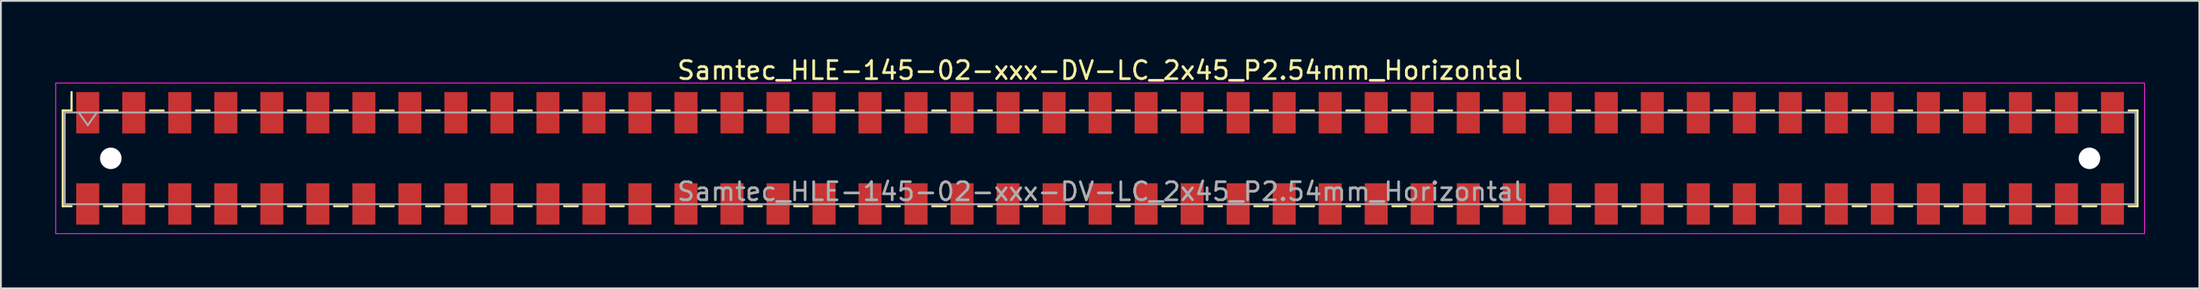
<source format=kicad_pcb>
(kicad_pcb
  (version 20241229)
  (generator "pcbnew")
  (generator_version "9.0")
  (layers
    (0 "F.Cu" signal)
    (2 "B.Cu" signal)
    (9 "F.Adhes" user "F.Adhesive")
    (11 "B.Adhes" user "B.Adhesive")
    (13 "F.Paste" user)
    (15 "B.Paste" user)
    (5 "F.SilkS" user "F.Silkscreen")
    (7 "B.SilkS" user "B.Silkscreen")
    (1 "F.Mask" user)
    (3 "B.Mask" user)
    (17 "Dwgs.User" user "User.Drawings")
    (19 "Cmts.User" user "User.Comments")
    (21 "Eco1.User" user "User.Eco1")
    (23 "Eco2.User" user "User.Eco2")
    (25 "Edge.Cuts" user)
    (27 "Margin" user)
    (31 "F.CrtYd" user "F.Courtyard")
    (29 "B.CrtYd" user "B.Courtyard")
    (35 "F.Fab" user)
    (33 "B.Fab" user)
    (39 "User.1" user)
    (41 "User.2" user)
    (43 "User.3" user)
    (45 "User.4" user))
  (footprint "Samtec_HLE-145-02-xxx-DV-LC_2x45_P2.54mm_Horizontal"
    (layer "F.Cu")
    (at 57.675 5.718)
    (property "Reference" "Samtec_HLE-145-02-xxx-DV-LC_2x45_P2.54mm_Horizontal" (at 0 -4.87 0) (layer "F.SilkS") (effects (font (size 1 1) (thickness 0.15))))
    (attr smd)
    (fp_line (start -57.26 -2.65) (end -57.26 2.65) (stroke (width 0.12) (type solid)) (layer "F.SilkS"))
    (fp_line (start -57.26 2.65) (end -56.775 2.65) (stroke (width 0.12) (type solid)) (layer "F.SilkS"))
    (fp_line (start -56.775 -3.67) (end -56.775 -2.65) (stroke (width 0.12) (type solid)) (layer "F.SilkS"))
    (fp_line (start -56.775 -2.65) (end -57.26 -2.65) (stroke (width 0.12) (type solid)) (layer "F.SilkS"))
    (fp_line (start -54.985 -2.65) (end -54.235 -2.65) (stroke (width 0.12) (type solid)) (layer "F.SilkS"))
    (fp_line (start -54.985 2.65) (end -54.235 2.65) (stroke (width 0.12) (type solid)) (layer "F.SilkS"))
    (fp_line (start -52.445 -2.65) (end -51.695 -2.65) (stroke (width 0.12) (type solid)) (layer "F.SilkS"))
    (fp_line (start -52.445 2.65) (end -51.695 2.65) (stroke (width 0.12) (type solid)) (layer "F.SilkS"))
    (fp_line (start -49.905 -2.65) (end -49.155 -2.65) (stroke (width 0.12) (type solid)) (layer "F.SilkS"))
    (fp_line (start -49.905 2.65) (end -49.155 2.65) (stroke (width 0.12) (type solid)) (layer "F.SilkS"))
    (fp_line (start -47.365 -2.65) (end -46.615 -2.65) (stroke (width 0.12) (type solid)) (layer "F.SilkS"))
    (fp_line (start -47.365 2.65) (end -46.615 2.65) (stroke (width 0.12) (type solid)) (layer "F.SilkS"))
    (fp_line (start -44.825 -2.65) (end -44.075 -2.65) (stroke (width 0.12) (type solid)) (layer "F.SilkS"))
    (fp_line (start -44.825 2.65) (end -44.075 2.65) (stroke (width 0.12) (type solid)) (layer "F.SilkS"))
    (fp_line (start -42.285 -2.65) (end -41.535 -2.65) (stroke (width 0.12) (type solid)) (layer "F.SilkS"))
    (fp_line (start -42.285 2.65) (end -41.535 2.65) (stroke (width 0.12) (type solid)) (layer "F.SilkS"))
    (fp_line (start -39.745 -2.65) (end -38.995 -2.65) (stroke (width 0.12) (type solid)) (layer "F.SilkS"))
    (fp_line (start -39.745 2.65) (end -38.995 2.65) (stroke (width 0.12) (type solid)) (layer "F.SilkS"))
    (fp_line (start -37.205 -2.65) (end -36.455 -2.65) (stroke (width 0.12) (type solid)) (layer "F.SilkS"))
    (fp_line (start -37.205 2.65) (end -36.455 2.65) (stroke (width 0.12) (type solid)) (layer "F.SilkS"))
    (fp_line (start -34.665 -2.65) (end -33.915 -2.65) (stroke (width 0.12) (type solid)) (layer "F.SilkS"))
    (fp_line (start -34.665 2.65) (end -33.915 2.65) (stroke (width 0.12) (type solid)) (layer "F.SilkS"))
    (fp_line (start -32.125 -2.65) (end -31.375 -2.65) (stroke (width 0.12) (type solid)) (layer "F.SilkS"))
    (fp_line (start -32.125 2.65) (end -31.375 2.65) (stroke (width 0.12) (type solid)) (layer "F.SilkS"))
    (fp_line (start -29.585 -2.65) (end -28.835 -2.65) (stroke (width 0.12) (type solid)) (layer "F.SilkS"))
    (fp_line (start -29.585 2.65) (end -28.835 2.65) (stroke (width 0.12) (type solid)) (layer "F.SilkS"))
    (fp_line (start -27.045 -2.65) (end -26.295 -2.65) (stroke (width 0.12) (type solid)) (layer "F.SilkS"))
    (fp_line (start -27.045 2.65) (end -26.295 2.65) (stroke (width 0.12) (type solid)) (layer "F.SilkS"))
    (fp_line (start -24.505 -2.65) (end -23.755 -2.65) (stroke (width 0.12) (type solid)) (layer "F.SilkS"))
    (fp_line (start -24.505 2.65) (end -23.755 2.65) (stroke (width 0.12) (type solid)) (layer "F.SilkS"))
    (fp_line (start -21.965 -2.65) (end -21.215 -2.65) (stroke (width 0.12) (type solid)) (layer "F.SilkS"))
    (fp_line (start -21.965 2.65) (end -21.215 2.65) (stroke (width 0.12) (type solid)) (layer "F.SilkS"))
    (fp_line (start -19.425 -2.65) (end -18.675 -2.65) (stroke (width 0.12) (type solid)) (layer "F.SilkS"))
    (fp_line (start -19.425 2.65) (end -18.675 2.65) (stroke (width 0.12) (type solid)) (layer "F.SilkS"))
    (fp_line (start -16.885 -2.65) (end -16.135 -2.65) (stroke (width 0.12) (type solid)) (layer "F.SilkS"))
    (fp_line (start -16.885 2.65) (end -16.135 2.65) (stroke (width 0.12) (type solid)) (layer "F.SilkS"))
    (fp_line (start -14.345 -2.65) (end -13.595 -2.65) (stroke (width 0.12) (type solid)) (layer "F.SilkS"))
    (fp_line (start -14.345 2.65) (end -13.595 2.65) (stroke (width 0.12) (type solid)) (layer "F.SilkS"))
    (fp_line (start -11.805 -2.65) (end -11.055 -2.65) (stroke (width 0.12) (type solid)) (layer "F.SilkS"))
    (fp_line (start -11.805 2.65) (end -11.055 2.65) (stroke (width 0.12) (type solid)) (layer "F.SilkS"))
    (fp_line (start -9.265 -2.65) (end -8.515 -2.65) (stroke (width 0.12) (type solid)) (layer "F.SilkS"))
    (fp_line (start -9.265 2.65) (end -8.515 2.65) (stroke (width 0.12) (type solid)) (layer "F.SilkS"))
    (fp_line (start -6.725 -2.65) (end -5.975 -2.65) (stroke (width 0.12) (type solid)) (layer "F.SilkS"))
    (fp_line (start -6.725 2.65) (end -5.975 2.65) (stroke (width 0.12) (type solid)) (layer "F.SilkS"))
    (fp_line (start -4.185 -2.65) (end -3.435 -2.65) (stroke (width 0.12) (type solid)) (layer "F.SilkS"))
    (fp_line (start -4.185 2.65) (end -3.435 2.65) (stroke (width 0.12) (type solid)) (layer "F.SilkS"))
    (fp_line (start -1.645 -2.65) (end -0.895 -2.65) (stroke (width 0.12) (type solid)) (layer "F.SilkS"))
    (fp_line (start -1.645 2.65) (end -0.895 2.65) (stroke (width 0.12) (type solid)) (layer "F.SilkS"))
    (fp_line (start 0.895 -2.65) (end 1.645 -2.65) (stroke (width 0.12) (type solid)) (layer "F.SilkS"))
    (fp_line (start 0.895 2.65) (end 1.645 2.65) (stroke (width 0.12) (type solid)) (layer "F.SilkS"))
    (fp_line (start 3.435 -2.65) (end 4.185 -2.65) (stroke (width 0.12) (type solid)) (layer "F.SilkS"))
    (fp_line (start 3.435 2.65) (end 4.185 2.65) (stroke (width 0.12) (type solid)) (layer "F.SilkS"))
    (fp_line (start 5.975 -2.65) (end 6.725 -2.65) (stroke (width 0.12) (type solid)) (layer "F.SilkS"))
    (fp_line (start 5.975 2.65) (end 6.725 2.65) (stroke (width 0.12) (type solid)) (layer "F.SilkS"))
    (fp_line (start 8.515 -2.65) (end 9.265 -2.65) (stroke (width 0.12) (type solid)) (layer "F.SilkS"))
    (fp_line (start 8.515 2.65) (end 9.265 2.65) (stroke (width 0.12) (type solid)) (layer "F.SilkS"))
    (fp_line (start 11.055 -2.65) (end 11.805 -2.65) (stroke (width 0.12) (type solid)) (layer "F.SilkS"))
    (fp_line (start 11.055 2.65) (end 11.805 2.65) (stroke (width 0.12) (type solid)) (layer "F.SilkS"))
    (fp_line (start 13.595 -2.65) (end 14.345 -2.65) (stroke (width 0.12) (type solid)) (layer "F.SilkS"))
    (fp_line (start 13.595 2.65) (end 14.345 2.65) (stroke (width 0.12) (type solid)) (layer "F.SilkS"))
    (fp_line (start 16.135 -2.65) (end 16.885 -2.65) (stroke (width 0.12) (type solid)) (layer "F.SilkS"))
    (fp_line (start 16.135 2.65) (end 16.885 2.65) (stroke (width 0.12) (type solid)) (layer "F.SilkS"))
    (fp_line (start 18.675 -2.65) (end 19.425 -2.65) (stroke (width 0.12) (type solid)) (layer "F.SilkS"))
    (fp_line (start 18.675 2.65) (end 19.425 2.65) (stroke (width 0.12) (type solid)) (layer "F.SilkS"))
    (fp_line (start 21.215 -2.65) (end 21.965 -2.65) (stroke (width 0.12) (type solid)) (layer "F.SilkS"))
    (fp_line (start 21.215 2.65) (end 21.965 2.65) (stroke (width 0.12) (type solid)) (layer "F.SilkS"))
    (fp_line (start 23.755 -2.65) (end 24.505 -2.65) (stroke (width 0.12) (type solid)) (layer "F.SilkS"))
    (fp_line (start 23.755 2.65) (end 24.505 2.65) (stroke (width 0.12) (type solid)) (layer "F.SilkS"))
    (fp_line (start 26.295 -2.65) (end 27.045 -2.65) (stroke (width 0.12) (type solid)) (layer "F.SilkS"))
    (fp_line (start 26.295 2.65) (end 27.045 2.65) (stroke (width 0.12) (type solid)) (layer "F.SilkS"))
    (fp_line (start 28.835 -2.65) (end 29.585 -2.65) (stroke (width 0.12) (type solid)) (layer "F.SilkS"))
    (fp_line (start 28.835 2.65) (end 29.585 2.65) (stroke (width 0.12) (type solid)) (layer "F.SilkS"))
    (fp_line (start 31.375 -2.65) (end 32.125 -2.65) (stroke (width 0.12) (type solid)) (layer "F.SilkS"))
    (fp_line (start 31.375 2.65) (end 32.125 2.65) (stroke (width 0.12) (type solid)) (layer "F.SilkS"))
    (fp_line (start 33.915 -2.65) (end 34.665 -2.65) (stroke (width 0.12) (type solid)) (layer "F.SilkS"))
    (fp_line (start 33.915 2.65) (end 34.665 2.65) (stroke (width 0.12) (type solid)) (layer "F.SilkS"))
    (fp_line (start 36.455 -2.65) (end 37.205 -2.65) (stroke (width 0.12) (type solid)) (layer "F.SilkS"))
    (fp_line (start 36.455 2.65) (end 37.205 2.65) (stroke (width 0.12) (type solid)) (layer "F.SilkS"))
    (fp_line (start 38.995 -2.65) (end 39.745 -2.65) (stroke (width 0.12) (type solid)) (layer "F.SilkS"))
    (fp_line (start 38.995 2.65) (end 39.745 2.65) (stroke (width 0.12) (type solid)) (layer "F.SilkS"))
    (fp_line (start 41.535 -2.65) (end 42.285 -2.65) (stroke (width 0.12) (type solid)) (layer "F.SilkS"))
    (fp_line (start 41.535 2.65) (end 42.285 2.65) (stroke (width 0.12) (type solid)) (layer "F.SilkS"))
    (fp_line (start 44.075 -2.65) (end 44.825 -2.65) (stroke (width 0.12) (type solid)) (layer "F.SilkS"))
    (fp_line (start 44.075 2.65) (end 44.825 2.65) (stroke (width 0.12) (type solid)) (layer "F.SilkS"))
    (fp_line (start 46.615 -2.65) (end 47.365 -2.65) (stroke (width 0.12) (type solid)) (layer "F.SilkS"))
    (fp_line (start 46.615 2.65) (end 47.365 2.65) (stroke (width 0.12) (type solid)) (layer "F.SilkS"))
    (fp_line (start 49.155 -2.65) (end 49.905 -2.65) (stroke (width 0.12) (type solid)) (layer "F.SilkS"))
    (fp_line (start 49.155 2.65) (end 49.905 2.65) (stroke (width 0.12) (type solid)) (layer "F.SilkS"))
    (fp_line (start 51.695 -2.65) (end 52.445 -2.65) (stroke (width 0.12) (type solid)) (layer "F.SilkS"))
    (fp_line (start 51.695 2.65) (end 52.445 2.65) (stroke (width 0.12) (type solid)) (layer "F.SilkS"))
    (fp_line (start 54.235 -2.65) (end 54.985 -2.65) (stroke (width 0.12) (type solid)) (layer "F.SilkS"))
    (fp_line (start 54.235 2.65) (end 54.985 2.65) (stroke (width 0.12) (type solid)) (layer "F.SilkS"))
    (fp_line (start 56.775 -2.65) (end 57.26 -2.65) (stroke (width 0.12) (type solid)) (layer "F.SilkS"))
    (fp_line (start 57.26 -2.65) (end 57.26 2.65) (stroke (width 0.12) (type solid)) (layer "F.SilkS"))
    (fp_line (start 57.26 2.65) (end 56.775 2.65) (stroke (width 0.12) (type solid)) (layer "F.SilkS"))
    (fp_line (start -57.65 -4.17) (end 57.65 -4.17) (stroke (width 0.05) (type solid)) (layer "F.CrtYd"))
    (fp_line (start -57.65 4.17) (end -57.65 -4.17) (stroke (width 0.05) (type solid)) (layer "F.CrtYd"))
    (fp_line (start 57.65 -4.17) (end 57.65 4.17) (stroke (width 0.05) (type solid)) (layer "F.CrtYd"))
    (fp_line (start 57.65 4.17) (end -57.65 4.17) (stroke (width 0.05) (type solid)) (layer "F.CrtYd"))
    (fp_line (start -57.15 -2.54) (end 57.15 -2.54) (stroke (width 0.1) (type solid)) (layer "F.Fab"))
    (fp_line (start -57.15 2.54) (end -57.15 -2.54) (stroke (width 0.1) (type solid)) (layer "F.Fab"))
    (fp_line (start -56.38 -2.54) (end -55.88 -1.833) (stroke (width 0.1) (type solid)) (layer "F.Fab"))
    (fp_line (start -55.88 -1.833) (end -55.38 -2.54) (stroke (width 0.1) (type solid)) (layer "F.Fab"))
    (fp_line (start 57.15 -2.54) (end 57.15 2.54) (stroke (width 0.1) (type solid)) (layer "F.Fab"))
    (fp_line (start 57.15 2.54) (end -57.15 2.54) (stroke (width 0.1) (type solid)) (layer "F.Fab"))
    (fp_text user "${REFERENCE}" (at 0 1.84 0) (layer "F.Fab") (effects (font (size 1 1) (thickness 0.15))))
    (pad "" np_thru_hole circle (at -54.61 0) (size 1.19 1.19) (drill 1.19) (layers "*.Cu" "*.Mask"))
    (pad "" np_thru_hole circle (at 54.61 0) (size 1.19 1.19) (drill 1.19) (layers "*.Cu" "*.Mask"))
    (pad "1" smd rect (at -55.88 -2.525) (size 1.27 2.29) (layers "F.Cu" "F.Mask" "F.Paste"))
    (pad "2" smd rect (at -55.88 2.525) (size 1.27 2.29) (layers "F.Cu" "F.Mask" "F.Paste"))
    (pad "3" smd rect (at -53.34 -2.525) (size 1.27 2.29) (layers "F.Cu" "F.Mask" "F.Paste"))
    (pad "4" smd rect (at -53.34 2.525) (size 1.27 2.29) (layers "F.Cu" "F.Mask" "F.Paste"))
    (pad "5" smd rect (at -50.8 -2.525) (size 1.27 2.29) (layers "F.Cu" "F.Mask" "F.Paste"))
    (pad "6" smd rect (at -50.8 2.525) (size 1.27 2.29) (layers "F.Cu" "F.Mask" "F.Paste"))
    (pad "7" smd rect (at -48.26 -2.525) (size 1.27 2.29) (layers "F.Cu" "F.Mask" "F.Paste"))
    (pad "8" smd rect (at -48.26 2.525) (size 1.27 2.29) (layers "F.Cu" "F.Mask" "F.Paste"))
    (pad "9" smd rect (at -45.72 -2.525) (size 1.27 2.29) (layers "F.Cu" "F.Mask" "F.Paste"))
    (pad "10" smd rect (at -45.72 2.525) (size 1.27 2.29) (layers "F.Cu" "F.Mask" "F.Paste"))
    (pad "11" smd rect (at -43.18 -2.525) (size 1.27 2.29) (layers "F.Cu" "F.Mask" "F.Paste"))
    (pad "12" smd rect (at -43.18 2.525) (size 1.27 2.29) (layers "F.Cu" "F.Mask" "F.Paste"))
    (pad "13" smd rect (at -40.64 -2.525) (size 1.27 2.29) (layers "F.Cu" "F.Mask" "F.Paste"))
    (pad "14" smd rect (at -40.64 2.525) (size 1.27 2.29) (layers "F.Cu" "F.Mask" "F.Paste"))
    (pad "15" smd rect (at -38.1 -2.525) (size 1.27 2.29) (layers "F.Cu" "F.Mask" "F.Paste"))
    (pad "16" smd rect (at -38.1 2.525) (size 1.27 2.29) (layers "F.Cu" "F.Mask" "F.Paste"))
    (pad "17" smd rect (at -35.56 -2.525) (size 1.27 2.29) (layers "F.Cu" "F.Mask" "F.Paste"))
    (pad "18" smd rect (at -35.56 2.525) (size 1.27 2.29) (layers "F.Cu" "F.Mask" "F.Paste"))
    (pad "19" smd rect (at -33.02 -2.525) (size 1.27 2.29) (layers "F.Cu" "F.Mask" "F.Paste"))
    (pad "20" smd rect (at -33.02 2.525) (size 1.27 2.29) (layers "F.Cu" "F.Mask" "F.Paste"))
    (pad "21" smd rect (at -30.48 -2.525) (size 1.27 2.29) (layers "F.Cu" "F.Mask" "F.Paste"))
    (pad "22" smd rect (at -30.48 2.525) (size 1.27 2.29) (layers "F.Cu" "F.Mask" "F.Paste"))
    (pad "23" smd rect (at -27.94 -2.525) (size 1.27 2.29) (layers "F.Cu" "F.Mask" "F.Paste"))
    (pad "24" smd rect (at -27.94 2.525) (size 1.27 2.29) (layers "F.Cu" "F.Mask" "F.Paste"))
    (pad "25" smd rect (at -25.4 -2.525) (size 1.27 2.29) (layers "F.Cu" "F.Mask" "F.Paste"))
    (pad "26" smd rect (at -25.4 2.525) (size 1.27 2.29) (layers "F.Cu" "F.Mask" "F.Paste"))
    (pad "27" smd rect (at -22.86 -2.525) (size 1.27 2.29) (layers "F.Cu" "F.Mask" "F.Paste"))
    (pad "28" smd rect (at -22.86 2.525) (size 1.27 2.29) (layers "F.Cu" "F.Mask" "F.Paste"))
    (pad "29" smd rect (at -20.32 -2.525) (size 1.27 2.29) (layers "F.Cu" "F.Mask" "F.Paste"))
    (pad "30" smd rect (at -20.32 2.525) (size 1.27 2.29) (layers "F.Cu" "F.Mask" "F.Paste"))
    (pad "31" smd rect (at -17.78 -2.525) (size 1.27 2.29) (layers "F.Cu" "F.Mask" "F.Paste"))
    (pad "32" smd rect (at -17.78 2.525) (size 1.27 2.29) (layers "F.Cu" "F.Mask" "F.Paste"))
    (pad "33" smd rect (at -15.24 -2.525) (size 1.27 2.29) (layers "F.Cu" "F.Mask" "F.Paste"))
    (pad "34" smd rect (at -15.24 2.525) (size 1.27 2.29) (layers "F.Cu" "F.Mask" "F.Paste"))
    (pad "35" smd rect (at -12.7 -2.525) (size 1.27 2.29) (layers "F.Cu" "F.Mask" "F.Paste"))
    (pad "36" smd rect (at -12.7 2.525) (size 1.27 2.29) (layers "F.Cu" "F.Mask" "F.Paste"))
    (pad "37" smd rect (at -10.16 -2.525) (size 1.27 2.29) (layers "F.Cu" "F.Mask" "F.Paste"))
    (pad "38" smd rect (at -10.16 2.525) (size 1.27 2.29) (layers "F.Cu" "F.Mask" "F.Paste"))
    (pad "39" smd rect (at -7.62 -2.525) (size 1.27 2.29) (layers "F.Cu" "F.Mask" "F.Paste"))
    (pad "40" smd rect (at -7.62 2.525) (size 1.27 2.29) (layers "F.Cu" "F.Mask" "F.Paste"))
    (pad "41" smd rect (at -5.08 -2.525) (size 1.27 2.29) (layers "F.Cu" "F.Mask" "F.Paste"))
    (pad "42" smd rect (at -5.08 2.525) (size 1.27 2.29) (layers "F.Cu" "F.Mask" "F.Paste"))
    (pad "43" smd rect (at -2.54 -2.525) (size 1.27 2.29) (layers "F.Cu" "F.Mask" "F.Paste"))
    (pad "44" smd rect (at -2.54 2.525) (size 1.27 2.29) (layers "F.Cu" "F.Mask" "F.Paste"))
    (pad "45" smd rect (at 0 -2.525) (size 1.27 2.29) (layers "F.Cu" "F.Mask" "F.Paste"))
    (pad "46" smd rect (at 0 2.525) (size 1.27 2.29) (layers "F.Cu" "F.Mask" "F.Paste"))
    (pad "47" smd rect (at 2.54 -2.525) (size 1.27 2.29) (layers "F.Cu" "F.Mask" "F.Paste"))
    (pad "48" smd rect (at 2.54 2.525) (size 1.27 2.29) (layers "F.Cu" "F.Mask" "F.Paste"))
    (pad "49" smd rect (at 5.08 -2.525) (size 1.27 2.29) (layers "F.Cu" "F.Mask" "F.Paste"))
    (pad "50" smd rect (at 5.08 2.525) (size 1.27 2.29) (layers "F.Cu" "F.Mask" "F.Paste"))
    (pad "51" smd rect (at 7.62 -2.525) (size 1.27 2.29) (layers "F.Cu" "F.Mask" "F.Paste"))
    (pad "52" smd rect (at 7.62 2.525) (size 1.27 2.29) (layers "F.Cu" "F.Mask" "F.Paste"))
    (pad "53" smd rect (at 10.16 -2.525) (size 1.27 2.29) (layers "F.Cu" "F.Mask" "F.Paste"))
    (pad "54" smd rect (at 10.16 2.525) (size 1.27 2.29) (layers "F.Cu" "F.Mask" "F.Paste"))
    (pad "55" smd rect (at 12.7 -2.525) (size 1.27 2.29) (layers "F.Cu" "F.Mask" "F.Paste"))
    (pad "56" smd rect (at 12.7 2.525) (size 1.27 2.29) (layers "F.Cu" "F.Mask" "F.Paste"))
    (pad "57" smd rect (at 15.24 -2.525) (size 1.27 2.29) (layers "F.Cu" "F.Mask" "F.Paste"))
    (pad "58" smd rect (at 15.24 2.525) (size 1.27 2.29) (layers "F.Cu" "F.Mask" "F.Paste"))
    (pad "59" smd rect (at 17.78 -2.525) (size 1.27 2.29) (layers "F.Cu" "F.Mask" "F.Paste"))
    (pad "60" smd rect (at 17.78 2.525) (size 1.27 2.29) (layers "F.Cu" "F.Mask" "F.Paste"))
    (pad "61" smd rect (at 20.32 -2.525) (size 1.27 2.29) (layers "F.Cu" "F.Mask" "F.Paste"))
    (pad "62" smd rect (at 20.32 2.525) (size 1.27 2.29) (layers "F.Cu" "F.Mask" "F.Paste"))
    (pad "63" smd rect (at 22.86 -2.525) (size 1.27 2.29) (layers "F.Cu" "F.Mask" "F.Paste"))
    (pad "64" smd rect (at 22.86 2.525) (size 1.27 2.29) (layers "F.Cu" "F.Mask" "F.Paste"))
    (pad "65" smd rect (at 25.4 -2.525) (size 1.27 2.29) (layers "F.Cu" "F.Mask" "F.Paste"))
    (pad "66" smd rect (at 25.4 2.525) (size 1.27 2.29) (layers "F.Cu" "F.Mask" "F.Paste"))
    (pad "67" smd rect (at 27.94 -2.525) (size 1.27 2.29) (layers "F.Cu" "F.Mask" "F.Paste"))
    (pad "68" smd rect (at 27.94 2.525) (size 1.27 2.29) (layers "F.Cu" "F.Mask" "F.Paste"))
    (pad "69" smd rect (at 30.48 -2.525) (size 1.27 2.29) (layers "F.Cu" "F.Mask" "F.Paste"))
    (pad "70" smd rect (at 30.48 2.525) (size 1.27 2.29) (layers "F.Cu" "F.Mask" "F.Paste"))
    (pad "71" smd rect (at 33.02 -2.525) (size 1.27 2.29) (layers "F.Cu" "F.Mask" "F.Paste"))
    (pad "72" smd rect (at 33.02 2.525) (size 1.27 2.29) (layers "F.Cu" "F.Mask" "F.Paste"))
    (pad "73" smd rect (at 35.56 -2.525) (size 1.27 2.29) (layers "F.Cu" "F.Mask" "F.Paste"))
    (pad "74" smd rect (at 35.56 2.525) (size 1.27 2.29) (layers "F.Cu" "F.Mask" "F.Paste"))
    (pad "75" smd rect (at 38.1 -2.525) (size 1.27 2.29) (layers "F.Cu" "F.Mask" "F.Paste"))
    (pad "76" smd rect (at 38.1 2.525) (size 1.27 2.29) (layers "F.Cu" "F.Mask" "F.Paste"))
    (pad "77" smd rect (at 40.64 -2.525) (size 1.27 2.29) (layers "F.Cu" "F.Mask" "F.Paste"))
    (pad "78" smd rect (at 40.64 2.525) (size 1.27 2.29) (layers "F.Cu" "F.Mask" "F.Paste"))
    (pad "79" smd rect (at 43.18 -2.525) (size 1.27 2.29) (layers "F.Cu" "F.Mask" "F.Paste"))
    (pad "80" smd rect (at 43.18 2.525) (size 1.27 2.29) (layers "F.Cu" "F.Mask" "F.Paste"))
    (pad "81" smd rect (at 45.72 -2.525) (size 1.27 2.29) (layers "F.Cu" "F.Mask" "F.Paste"))
    (pad "82" smd rect (at 45.72 2.525) (size 1.27 2.29) (layers "F.Cu" "F.Mask" "F.Paste"))
    (pad "83" smd rect (at 48.26 -2.525) (size 1.27 2.29) (layers "F.Cu" "F.Mask" "F.Paste"))
    (pad "84" smd rect (at 48.26 2.525) (size 1.27 2.29) (layers "F.Cu" "F.Mask" "F.Paste"))
    (pad "85" smd rect (at 50.8 -2.525) (size 1.27 2.29) (layers "F.Cu" "F.Mask" "F.Paste"))
    (pad "86" smd rect (at 50.8 2.525) (size 1.27 2.29) (layers "F.Cu" "F.Mask" "F.Paste"))
    (pad "87" smd rect (at 53.34 -2.525) (size 1.27 2.29) (layers "F.Cu" "F.Mask" "F.Paste"))
    (pad "88" smd rect (at 53.34 2.525) (size 1.27 2.29) (layers "F.Cu" "F.Mask" "F.Paste"))
    (pad "89" smd rect (at 55.88 -2.525) (size 1.27 2.29) (layers "F.Cu" "F.Mask" "F.Paste"))
    (pad "90" smd rect (at 55.88 2.525) (size 1.27 2.29) (layers "F.Cu" "F.Mask" "F.Paste")))
  (gr_rect
    (start -3 -3)
    (end 118.35 12.913)
    (stroke (width 0.1) (type default))
    (fill no)
    (layer "Edge.Cuts")))
</source>
